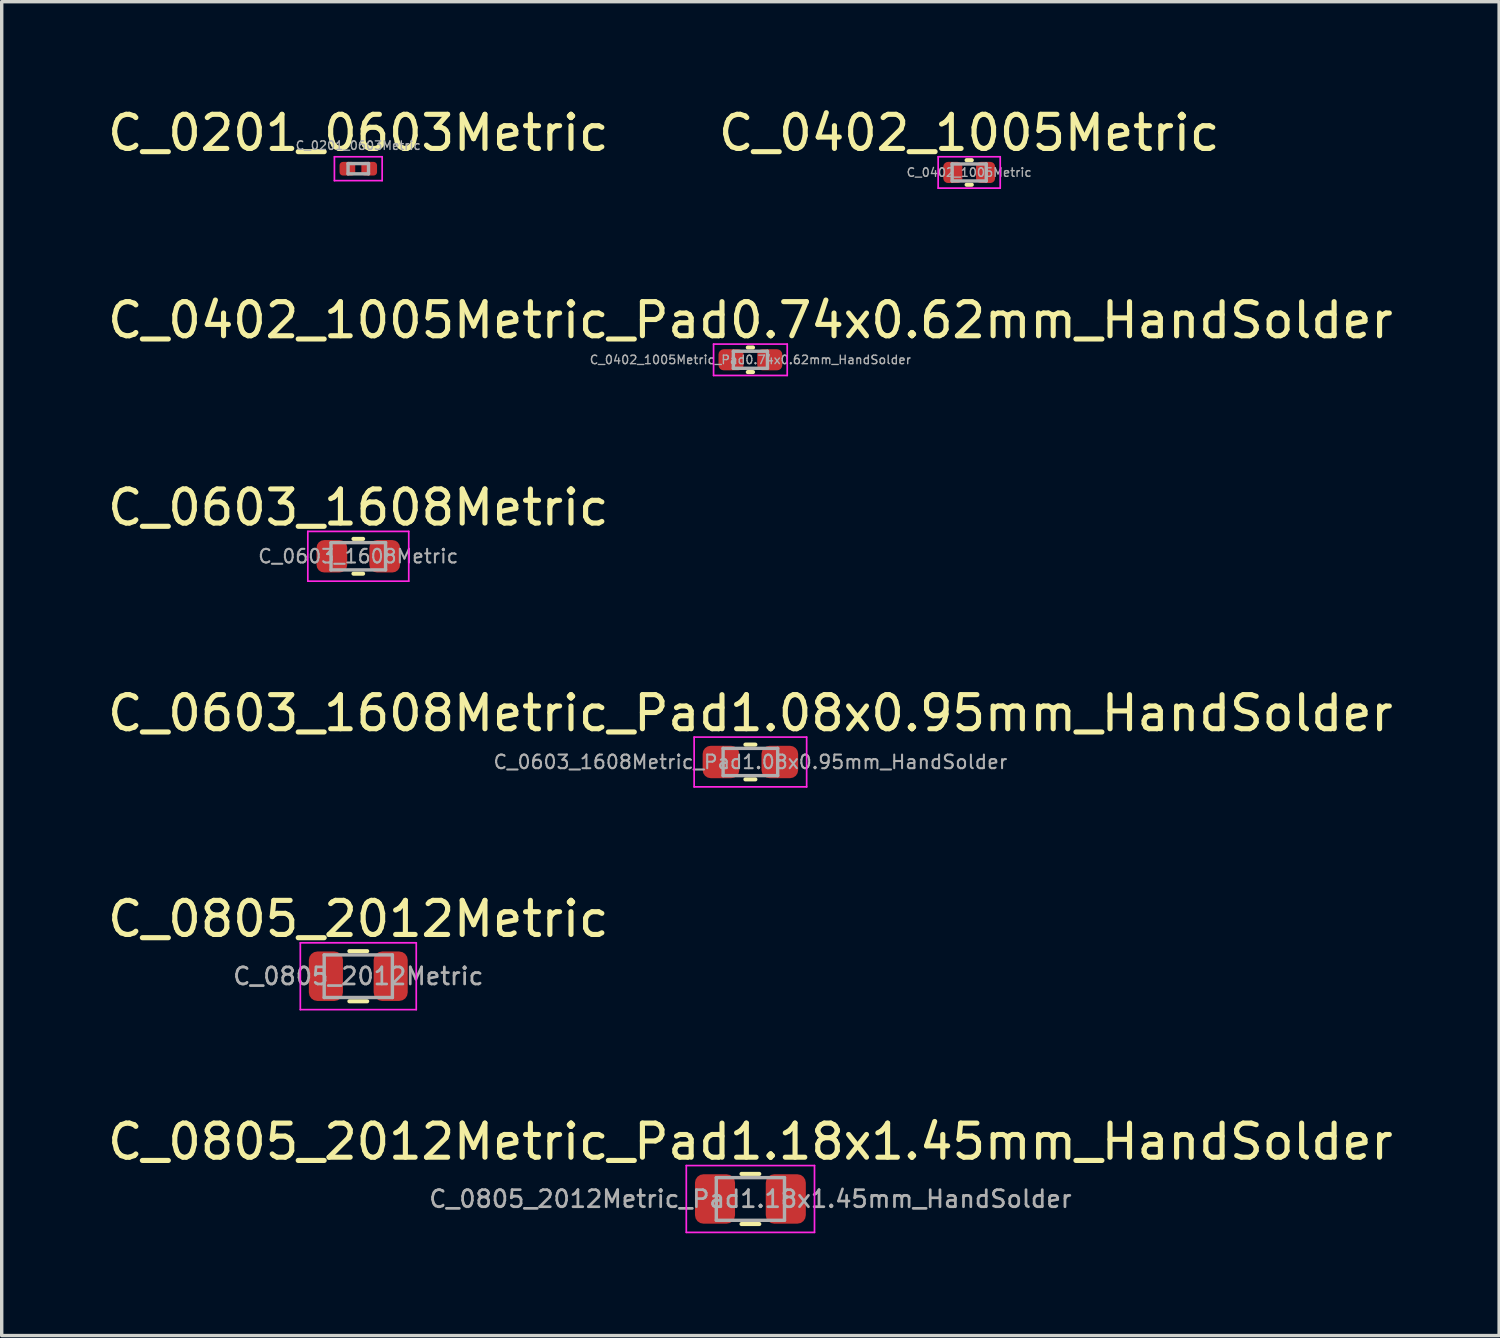
<source format=kicad_pcb>
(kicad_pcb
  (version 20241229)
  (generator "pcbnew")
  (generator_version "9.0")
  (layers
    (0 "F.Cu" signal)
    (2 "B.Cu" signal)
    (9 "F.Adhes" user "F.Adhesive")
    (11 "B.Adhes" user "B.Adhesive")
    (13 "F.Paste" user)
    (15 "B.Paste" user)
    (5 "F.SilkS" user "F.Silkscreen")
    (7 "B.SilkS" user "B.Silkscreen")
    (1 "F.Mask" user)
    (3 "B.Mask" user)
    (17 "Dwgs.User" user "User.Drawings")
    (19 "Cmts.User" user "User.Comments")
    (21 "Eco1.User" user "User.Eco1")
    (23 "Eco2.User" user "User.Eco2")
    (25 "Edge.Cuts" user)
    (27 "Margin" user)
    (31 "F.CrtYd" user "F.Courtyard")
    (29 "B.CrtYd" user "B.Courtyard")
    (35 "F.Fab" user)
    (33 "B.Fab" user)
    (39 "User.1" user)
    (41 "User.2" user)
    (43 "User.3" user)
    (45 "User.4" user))
  (footprint "C_0402_1005Metric"
    (layer "F.Cu")
    (at 25.375 2.008)
    (property "Reference" "C_0402_1005Metric" (at 0 -1.16 0) (layer "F.SilkS") (effects (font (size 1 1) (thickness 0.15))))
    (attr smd)
    (fp_line (start -0.076 -0.36) (end 0.076 -0.36) (stroke (width 0.12) (type solid)) (layer "F.SilkS"))
    (fp_line (start -0.076 0.36) (end 0.076 0.36) (stroke (width 0.12) (type solid)) (layer "F.SilkS"))
    (fp_line (start -0.91 -0.46) (end 0.91 -0.46) (stroke (width 0.05) (type solid)) (layer "F.CrtYd"))
    (fp_line (start -0.91 0.46) (end -0.91 -0.46) (stroke (width 0.05) (type solid)) (layer "F.CrtYd"))
    (fp_line (start 0.91 -0.46) (end 0.91 0.46) (stroke (width 0.05) (type solid)) (layer "F.CrtYd"))
    (fp_line (start 0.91 0.46) (end -0.91 0.46) (stroke (width 0.05) (type solid)) (layer "F.CrtYd"))
    (fp_line (start -0.5 -0.25) (end 0.5 -0.25) (stroke (width 0.1) (type solid)) (layer "F.Fab"))
    (fp_line (start -0.5 0.25) (end -0.5 -0.25) (stroke (width 0.1) (type solid)) (layer "F.Fab"))
    (fp_line (start 0.5 -0.25) (end 0.5 0.25) (stroke (width 0.1) (type solid)) (layer "F.Fab"))
    (fp_line (start 0.5 0.25) (end -0.5 0.25) (stroke (width 0.1) (type solid)) (layer "F.Fab"))
    (fp_text user "${REFERENCE}" (at 0 0 0) (layer "F.Fab") (effects (font (size 0.25 0.25) (thickness 0.04))))
    (pad "1" smd roundrect (at -0.48 0) (size 0.56 0.62) (layers "F.Cu" "F.Mask" "F.Paste") (roundrect_rratio 0.25))
    (pad "2" smd roundrect (at 0.48 0) (size 0.56 0.62) (layers "F.Cu" "F.Mask" "F.Paste") (roundrect_rratio 0.25)))
  (footprint "C_0201_0603Metric"
    (layer "F.Cu")
    (at 7.458 1.898)
    (property "Reference" "C_0201_0603Metric" (at 0 -1.05 0) (layer "F.SilkS") (effects (font (size 1 1) (thickness 0.15))))
    (attr smd)
    (fp_line (start -0.7 -0.35) (end 0.7 -0.35) (stroke (width 0.05) (type solid)) (layer "F.CrtYd"))
    (fp_line (start -0.7 0.35) (end -0.7 -0.35) (stroke (width 0.05) (type solid)) (layer "F.CrtYd"))
    (fp_line (start 0.7 -0.35) (end 0.7 0.35) (stroke (width 0.05) (type solid)) (layer "F.CrtYd"))
    (fp_line (start 0.7 0.35) (end -0.7 0.35) (stroke (width 0.05) (type solid)) (layer "F.CrtYd"))
    (fp_line (start -0.3 -0.15) (end 0.3 -0.15) (stroke (width 0.1) (type solid)) (layer "F.Fab"))
    (fp_line (start -0.3 0.15) (end -0.3 -0.15) (stroke (width 0.1) (type solid)) (layer "F.Fab"))
    (fp_line (start 0.3 -0.15) (end 0.3 0.15) (stroke (width 0.1) (type solid)) (layer "F.Fab"))
    (fp_line (start 0.3 0.15) (end -0.3 0.15) (stroke (width 0.1) (type solid)) (layer "F.Fab"))
    (fp_text user "${REFERENCE}" (at 0 -0.68 0) (layer "F.Fab") (effects (font (size 0.25 0.25) (thickness 0.04))))
    (pad "" smd roundrect (at -0.345 0) (size 0.318 0.36) (layers "F.Paste") (roundrect_rratio 0.25))
    (pad "" smd roundrect (at 0.345 0) (size 0.318 0.36) (layers "F.Paste") (roundrect_rratio 0.25))
    (pad "1" smd roundrect (at -0.32 0) (size 0.46 0.4) (layers "F.Cu" "F.Mask") (roundrect_rratio 0.25))
    (pad "2" smd roundrect (at 0.32 0) (size 0.46 0.4) (layers "F.Cu" "F.Mask") (roundrect_rratio 0.25)))
  (footprint "C_0805_2012Metric_Pad1.18x1.45mm_HandSolder"
    (layer "F.Cu")
    (at 18.958 32.114)
    (property "Reference" "C_0805_2012Metric_Pad1.18x1.45mm_HandSolder" (at 0 -1.68 0) (layer "F.SilkS") (effects (font (size 1 1) (thickness 0.15))))
    (attr smd)
    (fp_line (start -0.261 -0.735) (end 0.261 -0.735) (stroke (width 0.12) (type solid)) (layer "F.SilkS"))
    (fp_line (start -0.261 0.735) (end 0.261 0.735) (stroke (width 0.12) (type solid)) (layer "F.SilkS"))
    (fp_line (start -1.88 -0.98) (end 1.88 -0.98) (stroke (width 0.05) (type solid)) (layer "F.CrtYd"))
    (fp_line (start -1.88 0.98) (end -1.88 -0.98) (stroke (width 0.05) (type solid)) (layer "F.CrtYd"))
    (fp_line (start 1.88 -0.98) (end 1.88 0.98) (stroke (width 0.05) (type solid)) (layer "F.CrtYd"))
    (fp_line (start 1.88 0.98) (end -1.88 0.98) (stroke (width 0.05) (type solid)) (layer "F.CrtYd"))
    (fp_line (start -1 -0.625) (end 1 -0.625) (stroke (width 0.1) (type solid)) (layer "F.Fab"))
    (fp_line (start -1 0.625) (end -1 -0.625) (stroke (width 0.1) (type solid)) (layer "F.Fab"))
    (fp_line (start 1 -0.625) (end 1 0.625) (stroke (width 0.1) (type solid)) (layer "F.Fab"))
    (fp_line (start 1 0.625) (end -1 0.625) (stroke (width 0.1) (type solid)) (layer "F.Fab"))
    (fp_text user "${REFERENCE}" (at 0 0 0) (layer "F.Fab") (effects (font (size 0.5 0.5) (thickness 0.08))))
    (pad "1" smd roundrect (at -1.038 0) (size 1.175 1.45) (layers "F.Cu" "F.Mask" "F.Paste") (roundrect_rratio 0.213))
    (pad "2" smd roundrect (at 1.038 0) (size 1.175 1.45) (layers "F.Cu" "F.Mask" "F.Paste") (roundrect_rratio 0.213)))
  (footprint "C_0603_1608Metric_Pad1.08x0.95mm_HandSolder"
    (layer "F.Cu")
    (at 18.958 19.298)
    (property "Reference" "C_0603_1608Metric_Pad1.08x0.95mm_HandSolder" (at 0 -1.43 0) (layer "F.SilkS") (effects (font (size 1 1) (thickness 0.15))))
    (attr smd)
    (fp_line (start -0.146 -0.51) (end 0.146 -0.51) (stroke (width 0.12) (type solid)) (layer "F.SilkS"))
    (fp_line (start -0.146 0.51) (end 0.146 0.51) (stroke (width 0.12) (type solid)) (layer "F.SilkS"))
    (fp_line (start -1.65 -0.73) (end 1.65 -0.73) (stroke (width 0.05) (type solid)) (layer "F.CrtYd"))
    (fp_line (start -1.65 0.73) (end -1.65 -0.73) (stroke (width 0.05) (type solid)) (layer "F.CrtYd"))
    (fp_line (start 1.65 -0.73) (end 1.65 0.73) (stroke (width 0.05) (type solid)) (layer "F.CrtYd"))
    (fp_line (start 1.65 0.73) (end -1.65 0.73) (stroke (width 0.05) (type solid)) (layer "F.CrtYd"))
    (fp_line (start -0.8 -0.4) (end 0.8 -0.4) (stroke (width 0.1) (type solid)) (layer "F.Fab"))
    (fp_line (start -0.8 0.4) (end -0.8 -0.4) (stroke (width 0.1) (type solid)) (layer "F.Fab"))
    (fp_line (start 0.8 -0.4) (end 0.8 0.4) (stroke (width 0.1) (type solid)) (layer "F.Fab"))
    (fp_line (start 0.8 0.4) (end -0.8 0.4) (stroke (width 0.1) (type solid)) (layer "F.Fab"))
    (fp_text user "${REFERENCE}" (at 0 0 0) (layer "F.Fab") (effects (font (size 0.4 0.4) (thickness 0.06))))
    (pad "1" smd roundrect (at -0.863 0) (size 1.075 0.95) (layers "F.Cu" "F.Mask" "F.Paste") (roundrect_rratio 0.25))
    (pad "2" smd roundrect (at 0.863 0) (size 1.075 0.95) (layers "F.Cu" "F.Mask" "F.Paste") (roundrect_rratio 0.25)))
  (footprint "C_0603_1608Metric"
    (layer "F.Cu")
    (at 7.458 13.265)
    (property "Reference" "C_0603_1608Metric" (at 0 -1.43 0) (layer "F.SilkS") (effects (font (size 1 1) (thickness 0.15))))
    (attr smd)
    (fp_line (start -0.141 -0.51) (end 0.141 -0.51) (stroke (width 0.12) (type solid)) (layer "F.SilkS"))
    (fp_line (start -0.141 0.51) (end 0.141 0.51) (stroke (width 0.12) (type solid)) (layer "F.SilkS"))
    (fp_line (start -1.48 -0.73) (end 1.48 -0.73) (stroke (width 0.05) (type solid)) (layer "F.CrtYd"))
    (fp_line (start -1.48 0.73) (end -1.48 -0.73) (stroke (width 0.05) (type solid)) (layer "F.CrtYd"))
    (fp_line (start 1.48 -0.73) (end 1.48 0.73) (stroke (width 0.05) (type solid)) (layer "F.CrtYd"))
    (fp_line (start 1.48 0.73) (end -1.48 0.73) (stroke (width 0.05) (type solid)) (layer "F.CrtYd"))
    (fp_line (start -0.8 -0.4) (end 0.8 -0.4) (stroke (width 0.1) (type solid)) (layer "F.Fab"))
    (fp_line (start -0.8 0.4) (end -0.8 -0.4) (stroke (width 0.1) (type solid)) (layer "F.Fab"))
    (fp_line (start 0.8 -0.4) (end 0.8 0.4) (stroke (width 0.1) (type solid)) (layer "F.Fab"))
    (fp_line (start 0.8 0.4) (end -0.8 0.4) (stroke (width 0.1) (type solid)) (layer "F.Fab"))
    (fp_text user "${REFERENCE}" (at 0 0 0) (layer "F.Fab") (effects (font (size 0.4 0.4) (thickness 0.06))))
    (pad "1" smd roundrect (at -0.775 0) (size 0.9 0.95) (layers "F.Cu" "F.Mask" "F.Paste") (roundrect_rratio 0.25))
    (pad "2" smd roundrect (at 0.775 0) (size 0.9 0.95) (layers "F.Cu" "F.Mask" "F.Paste") (roundrect_rratio 0.25)))
  (footprint "C_0402_1005Metric_Pad0.74x0.62mm_HandSolder"
    (layer "F.Cu")
    (at 18.958 7.502)
    (property "Reference" "C_0402_1005Metric_Pad0.74x0.62mm_HandSolder" (at 0 -1.16 0) (layer "F.SilkS") (effects (font (size 1 1) (thickness 0.15))))
    (attr smd)
    (fp_line (start -0.076 -0.36) (end 0.076 -0.36) (stroke (width 0.12) (type solid)) (layer "F.SilkS"))
    (fp_line (start -0.076 0.36) (end 0.076 0.36) (stroke (width 0.12) (type solid)) (layer "F.SilkS"))
    (fp_line (start -1.08 -0.46) (end 1.08 -0.46) (stroke (width 0.05) (type solid)) (layer "F.CrtYd"))
    (fp_line (start -1.08 0.46) (end -1.08 -0.46) (stroke (width 0.05) (type solid)) (layer "F.CrtYd"))
    (fp_line (start 1.08 -0.46) (end 1.08 0.46) (stroke (width 0.05) (type solid)) (layer "F.CrtYd"))
    (fp_line (start 1.08 0.46) (end -1.08 0.46) (stroke (width 0.05) (type solid)) (layer "F.CrtYd"))
    (fp_line (start -0.5 -0.25) (end 0.5 -0.25) (stroke (width 0.1) (type solid)) (layer "F.Fab"))
    (fp_line (start -0.5 0.25) (end -0.5 -0.25) (stroke (width 0.1) (type solid)) (layer "F.Fab"))
    (fp_line (start 0.5 -0.25) (end 0.5 0.25) (stroke (width 0.1) (type solid)) (layer "F.Fab"))
    (fp_line (start 0.5 0.25) (end -0.5 0.25) (stroke (width 0.1) (type solid)) (layer "F.Fab"))
    (fp_text user "${REFERENCE}" (at 0 0 0) (layer "F.Fab") (effects (font (size 0.25 0.25) (thickness 0.04))))
    (pad "1" smd roundrect (at -0.568 0) (size 0.735 0.62) (layers "F.Cu" "F.Mask" "F.Paste") (roundrect_rratio 0.25))
    (pad "2" smd roundrect (at 0.568 0) (size 0.735 0.62) (layers "F.Cu" "F.Mask" "F.Paste") (roundrect_rratio 0.25)))
  (footprint "C_0805_2012Metric"
    (layer "F.Cu")
    (at 7.458 25.581)
    (property "Reference" "C_0805_2012Metric" (at 0 -1.68 0) (layer "F.SilkS") (effects (font (size 1 1) (thickness 0.15))))
    (attr smd)
    (fp_line (start -0.261 -0.735) (end 0.261 -0.735) (stroke (width 0.12) (type solid)) (layer "F.SilkS"))
    (fp_line (start -0.261 0.735) (end 0.261 0.735) (stroke (width 0.12) (type solid)) (layer "F.SilkS"))
    (fp_line (start -1.7 -0.98) (end 1.7 -0.98) (stroke (width 0.05) (type solid)) (layer "F.CrtYd"))
    (fp_line (start -1.7 0.98) (end -1.7 -0.98) (stroke (width 0.05) (type solid)) (layer "F.CrtYd"))
    (fp_line (start 1.7 -0.98) (end 1.7 0.98) (stroke (width 0.05) (type solid)) (layer "F.CrtYd"))
    (fp_line (start 1.7 0.98) (end -1.7 0.98) (stroke (width 0.05) (type solid)) (layer "F.CrtYd"))
    (fp_line (start -1 -0.625) (end 1 -0.625) (stroke (width 0.1) (type solid)) (layer "F.Fab"))
    (fp_line (start -1 0.625) (end -1 -0.625) (stroke (width 0.1) (type solid)) (layer "F.Fab"))
    (fp_line (start 1 -0.625) (end 1 0.625) (stroke (width 0.1) (type solid)) (layer "F.Fab"))
    (fp_line (start 1 0.625) (end -1 0.625) (stroke (width 0.1) (type solid)) (layer "F.Fab"))
    (fp_text user "${REFERENCE}" (at 0 0 0) (layer "F.Fab") (effects (font (size 0.5 0.5) (thickness 0.08))))
    (pad "1" smd roundrect (at -0.95 0) (size 1 1.45) (layers "F.Cu" "F.Mask" "F.Paste") (roundrect_rratio 0.25))
    (pad "2" smd roundrect (at 0.95 0) (size 1 1.45) (layers "F.Cu" "F.Mask" "F.Paste") (roundrect_rratio 0.25)))
  (gr_rect
    (start -3 -3)
    (end 40.917 36.12)
    (stroke (width 0.1) (type default))
    (fill no)
    (layer "Edge.Cuts")))
</source>
